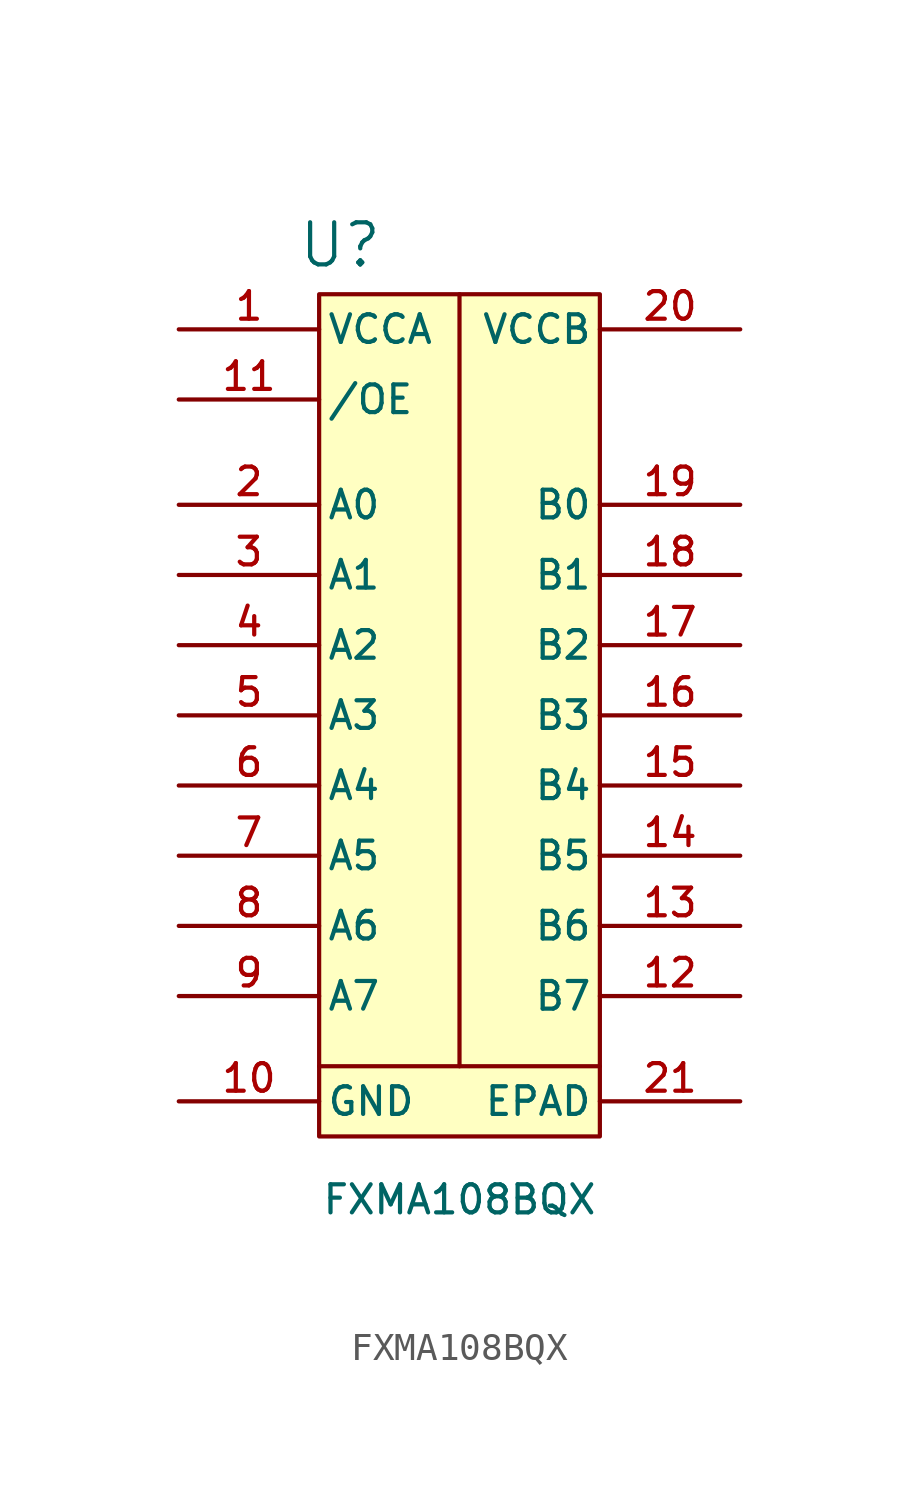
<source format=kicad_sym>
(kicad_symbol_lib
  (version 20241209)
  (generator "kicad_symbol_editor")
  (generator_version "9.0")
  (symbol "FXMA108BQX"
    (pin_names
      (offset 0.254))
    (property "Reference" "U"
      (at 0.762 1.778 0)
      (effects (font (size 1.524 1.524))))
    (property "Value" "FXMA108BQX"
      (at 5.08 -32.766 0)
      (effects (font (size 1.016 1.016))))
    (symbol "FXMA108BQX_0_1"
      (polyline (pts (xy 5.08 0) (xy 5.08 -27.94)) (stroke (width 0) (type default)) (fill (type none)))
      (pin power_in line (at -5.08 -1.27 0) (length 5.08) (name "VCCA" (effects (font (size 1 1)))) (number "1" (effects (font (size 1 1)))))
      (pin unspecified line (at -5.08 -3.81 0) (length 5.08) (name "/OE" (effects (font (size 1 1)))) (number "11" (effects (font (size 1 1)))))
      (pin bidirectional line (at -5.08 -7.62 0) (length 5.08) (name "A0" (effects (font (size 1 1)))) (number "2" (effects (font (size 1 1)))))
      (pin bidirectional line (at -5.08 -10.16 0) (length 5.08) (name "A1" (effects (font (size 1 1)))) (number "3" (effects (font (size 1 1)))))
      (pin bidirectional line (at -5.08 -12.7 0) (length 5.08) (name "A2" (effects (font (size 1 1)))) (number "4" (effects (font (size 1 1)))))
      (pin bidirectional line (at -5.08 -15.24 0) (length 5.08) (name "A3" (effects (font (size 1 1)))) (number "5" (effects (font (size 1 1)))))
      (pin bidirectional line (at -5.08 -17.78 0) (length 5.08) (name "A4" (effects (font (size 1 1)))) (number "6" (effects (font (size 1 1)))))
      (pin bidirectional line (at -5.08 -20.32 0) (length 5.08) (name "A5" (effects (font (size 1 1)))) (number "7" (effects (font (size 1 1)))))
      (pin bidirectional line (at -5.08 -22.86 0) (length 5.08) (name "A6" (effects (font (size 1 1)))) (number "8" (effects (font (size 1 1)))))
      (pin bidirectional line (at -5.08 -25.4 0) (length 5.08) (name "A7" (effects (font (size 1 1)))) (number "9" (effects (font (size 1 1)))))
      (pin power_out line (at -5.08 -29.21 0) (length 5.08) (name "GND" (effects (font (size 1 1)))) (number "10" (effects (font (size 1 1)))))
      (pin power_in line (at 15.24 -1.27 180) (length 5.08) (name "VCCB" (effects (font (size 1 1)))) (number "20" (effects (font (size 1 1)))))
      (pin bidirectional line (at 15.24 -7.62 180) (length 5.08) (name "B0" (effects (font (size 1 1)))) (number "19" (effects (font (size 1 1)))))
      (pin bidirectional line (at 15.24 -10.16 180) (length 5.08) (name "B1" (effects (font (size 1 1)))) (number "18" (effects (font (size 1 1)))))
      (pin bidirectional line (at 15.24 -12.7 180) (length 5.08) (name "B2" (effects (font (size 1 1)))) (number "17" (effects (font (size 1 1)))))
      (pin bidirectional line (at 15.24 -15.24 180) (length 5.08) (name "B3" (effects (font (size 1 1)))) (number "16" (effects (font (size 1 1)))))
      (pin bidirectional line (at 15.24 -17.78 180) (length 5.08) (name "B4" (effects (font (size 1 1)))) (number "15" (effects (font (size 1 1)))))
      (pin bidirectional line (at 15.24 -20.32 180) (length 5.08) (name "B5" (effects (font (size 1 1)))) (number "14" (effects (font (size 1 1)))))
      (pin bidirectional line (at 15.24 -22.86 180) (length 5.08) (name "B6" (effects (font (size 1 1)))) (number "13" (effects (font (size 1 1)))))
      (pin bidirectional line (at 15.24 -25.4 180) (length 5.08) (name "B7" (effects (font (size 1 1)))) (number "12" (effects (font (size 1 1)))))
      (pin unspecified line (at 15.24 -29.21 180) (length 5.08) (name "EPAD" (effects (font (size 1 1)))) (number "21" (effects (font (size 1 1))))))
    (symbol "FXMA108BQX_1_1"
      (rectangle (start 0 0) (end 10.16 -30.48) (stroke (width 0) (type solid)) (fill (type background)))
      (polyline (pts (xy 0 -27.94) (xy 10.16 -27.94)) (stroke (width 0) (type default)) (fill (type none))))))
</source>
